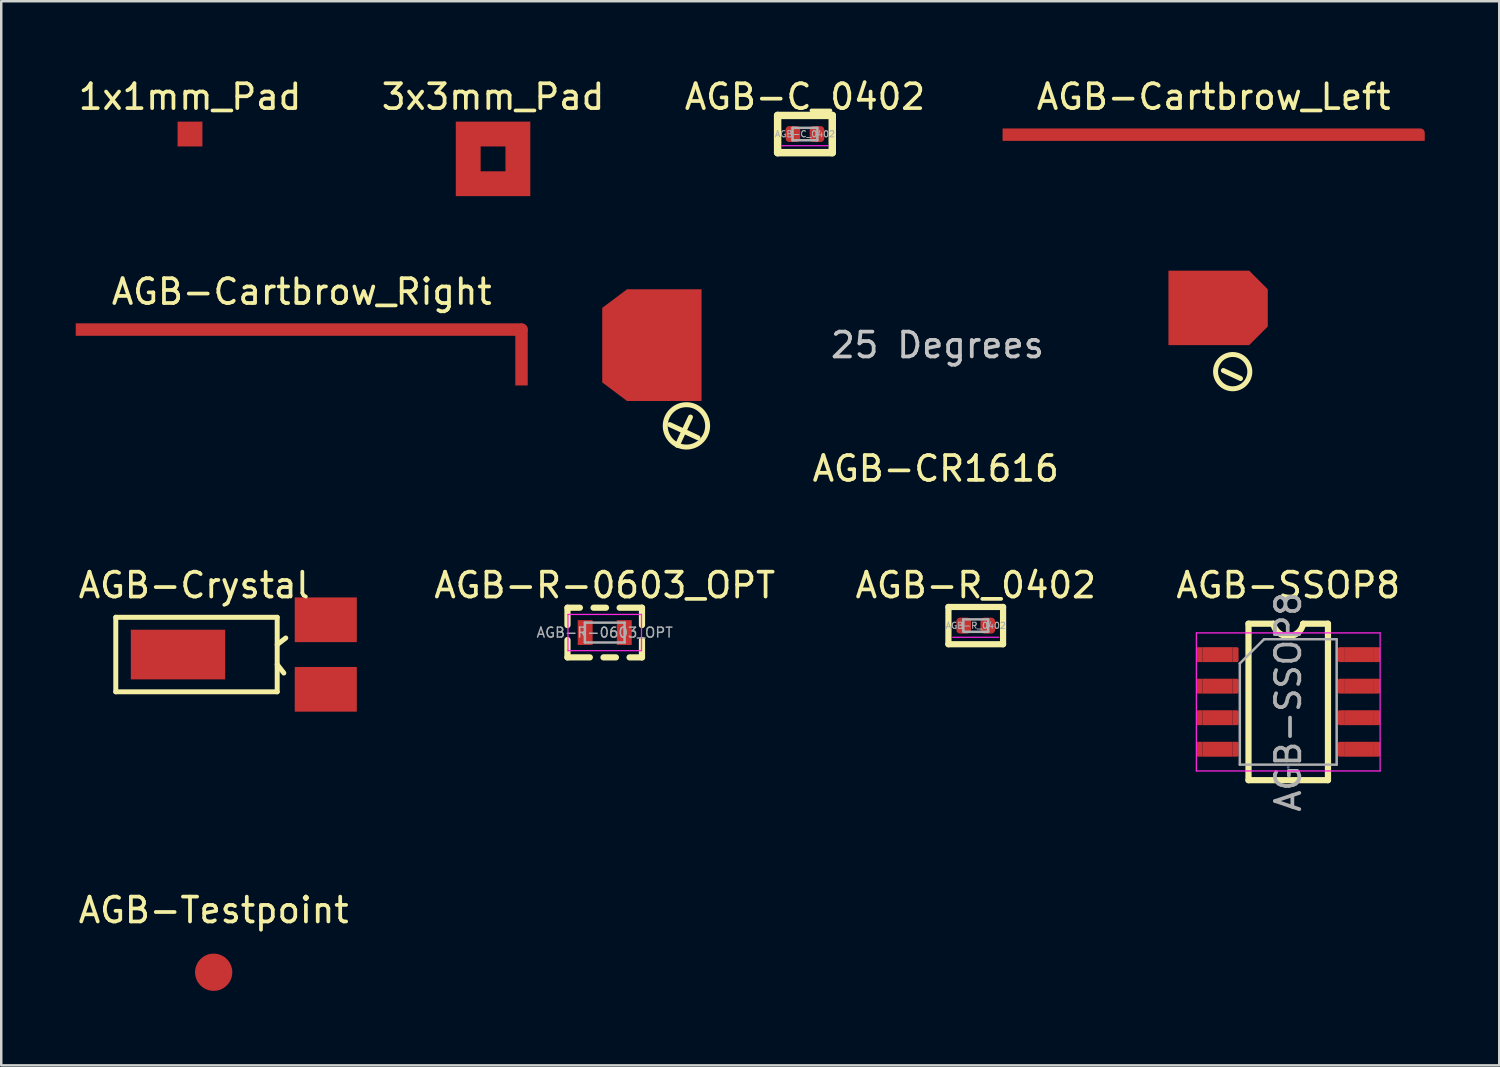
<source format=kicad_pcb>
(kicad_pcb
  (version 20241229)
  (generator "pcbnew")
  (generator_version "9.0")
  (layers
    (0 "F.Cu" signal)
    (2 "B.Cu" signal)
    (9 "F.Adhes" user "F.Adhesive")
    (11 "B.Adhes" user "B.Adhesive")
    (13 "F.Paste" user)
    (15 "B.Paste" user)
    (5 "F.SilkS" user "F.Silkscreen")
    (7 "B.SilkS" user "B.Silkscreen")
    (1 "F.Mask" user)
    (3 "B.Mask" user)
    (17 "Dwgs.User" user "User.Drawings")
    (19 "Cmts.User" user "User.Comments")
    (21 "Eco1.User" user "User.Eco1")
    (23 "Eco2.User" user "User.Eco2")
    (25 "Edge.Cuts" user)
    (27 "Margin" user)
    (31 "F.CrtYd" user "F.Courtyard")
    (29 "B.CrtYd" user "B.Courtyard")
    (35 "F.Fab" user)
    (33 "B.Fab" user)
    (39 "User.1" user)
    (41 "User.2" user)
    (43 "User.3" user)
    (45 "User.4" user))
  (footprint "AGB-Cartbrow_Left"
    (layer "F.Cu")
    (at 45.821 2.372)
    (property "Reference" "AGB-Cartbrow_Left" (at 0 -1.524 0) (unlocked yes) (layer "F.SilkS") (effects (font (size 1 1) (thickness 0.15))))
    (attr smd)
    (pad "1" smd roundrect (at 0 0) (size 17 0.5) (layers "F.Cu" "F.Mask" "F.Paste") (roundrect_rratio 0.35) (chamfer_ratio 0) (chamfer top_left bottom_left bottom_right)))
  (footprint "AGB-C_0402"
    (layer "F.Cu")
    (at 29.363 2.348)
    (property "Reference" "AGB-C_0402" (at 0 -1.5 180) (layer "F.SilkS") (effects (font (size 1 1) (thickness 0.15))))
    (attr smd)
    (fp_line (start -1.1 -0.75) (end -1.1 0.75) (stroke (width 0.3) (type solid)) (layer "F.SilkS"))
    (fp_line (start 1.1 -0.75) (end -1.1 -0.75) (stroke (width 0.3) (type solid)) (layer "F.SilkS"))
    (fp_line (start 1.1 -0.75) (end 1.1 0.75) (stroke (width 0.3) (type solid)) (layer "F.SilkS"))
    (fp_line (start 1.1 0.75) (end -1.1 0.75) (stroke (width 0.3) (type solid)) (layer "F.SilkS"))
    (fp_line (start 0.93 0.47) (end -0.93 0.47) (stroke (width 0.05) (type solid)) (layer "F.CrtYd"))
    (fp_line (start -0.5 -0.25) (end 0.5 -0.25) (stroke (width 0.1) (type solid)) (layer "F.Fab"))
    (fp_line (start -0.5 0.25) (end -0.5 -0.25) (stroke (width 0.1) (type solid)) (layer "F.Fab"))
    (fp_line (start 0.5 -0.25) (end 0.5 0.25) (stroke (width 0.1) (type solid)) (layer "F.Fab"))
    (fp_line (start 0.5 0.25) (end -0.5 0.25) (stroke (width 0.1) (type solid)) (layer "F.Fab"))
    (fp_text user "${REFERENCE}" (at 0 0 180) (layer "F.Fab") (effects (font (size 0.25 0.25) (thickness 0.04))))
    (pad "1" smd roundrect (at -0.485 0) (size 0.59 0.64) (layers "F.Cu" "F.Mask" "F.Paste") (roundrect_rratio 0.25))
    (pad "2" smd roundrect (at 0.485 0) (size 0.59 0.64) (layers "F.Cu" "F.Mask" "F.Paste") (roundrect_rratio 0.25)))
  (footprint "AGB-CR1616"
    (layer "F.Cu")
    (at 34.7 10.848)
    (property "Reference" "AGB-CR1616" (at -0.071 4.971 0) (layer "F.SilkS") (effects (font (size 1 1) (thickness 0.15))))
    (attr through_hole)
    (fp_circle (center -10.109 3.251) (end -9.256 3.251) (stroke (width 0.2) (type solid)) (fill no) (layer "F.SilkS"))
    (fp_circle (center 11.887 1.067) (end 12.577 1.067) (stroke (width 0.2) (type solid)) (fill no) (layer "F.SilkS"))
    (fp_text user "-" (at 11.887 1.118 155) (layer "F.SilkS") (effects (font (size 1 1) (thickness 0.2))))
    (fp_text user "+" (at -10.16 3.353 155) (layer "F.SilkS") (effects (font (size 1.65 1.65) (thickness 0.2))))
    (fp_text user "25 Degrees" (at 0 0 0) (unlocked yes) (layer "Dwgs.User") (effects (font (size 1 1) (thickness 0.15))))
    (pad "1" smd custom (at -11.5 0) (size 1 1) (layers "F.Cu" "F.Mask" "F.Paste") (options (anchor rect)) (primitives (gr_poly (pts (xy 2 2.25) (xy -1 2.25) (xy -2 1.5) (xy -2 -1.5) (xy -1 -2.25) (xy 2 -2.25)) (width 0) (fill yes))))
    (pad "2" smd custom (at 11.3 -1.5) (size 2 2) (layers "F.Cu" "F.Mask" "F.Paste") (options (anchor rect)) (primitives (gr_poly (pts (xy 2 -0.75) (xy 2 0.75) (xy 1.25 1.5) (xy -2 1.5) (xy -2 -1.5) (xy 1.25 -1.5)) (width 0) (fill yes)))))
  (footprint "AGB-SSOP8"
    (layer "F.Cu")
    (at 48.824 25.215)
    (property "Reference" "AGB-SSOP8" (at 0 -4.699 0) (layer "F.SilkS") (effects (font (size 1 1) (thickness 0.15))))
    (attr smd)
    (fp_line (start -1.6 -3.15) (end -1.6 3.15) (stroke (width 0.25) (type solid)) (layer "F.SilkS"))
    (fp_line (start -0.6 -3.15) (end -1.6 -3.15) (stroke (width 0.25) (type solid)) (layer "F.SilkS"))
    (fp_line (start 1.6 -3.15) (end 0.6 -3.15) (stroke (width 0.25) (type solid)) (layer "F.SilkS"))
    (fp_line (start 1.6 -3.15) (end 1.6 3.15) (stroke (width 0.25) (type solid)) (layer "F.SilkS"))
    (fp_line (start 1.6 3.15) (end -1.6 3.15) (stroke (width 0.25) (type solid)) (layer "F.SilkS"))
    (fp_arc (start 0.6 -3.15) (mid 0 -2.648767) (end -0.6 -3.15) (stroke (width 0.25) (type solid)) (layer "F.SilkS"))
    (fp_line (start -3.7 -2.78) (end -3.7 2.78) (stroke (width 0.05) (type solid)) (layer "F.CrtYd"))
    (fp_line (start -3.7 2.78) (end 3.7 2.78) (stroke (width 0.05) (type solid)) (layer "F.CrtYd"))
    (fp_line (start 3.7 -2.78) (end -3.7 -2.78) (stroke (width 0.05) (type solid)) (layer "F.CrtYd"))
    (fp_line (start 3.7 2.78) (end 3.7 -2.78) (stroke (width 0.05) (type solid)) (layer "F.CrtYd"))
    (fp_line (start 0 2.635) (end 0 2.635) (stroke (width 0.12) (type solid)) (layer "B.Fab"))
    (fp_line (start -1.95 -1.55) (end -0.975 -2.525) (stroke (width 0.1) (type solid)) (layer "F.Fab"))
    (fp_line (start -1.95 2.525) (end -1.95 -1.55) (stroke (width 0.1) (type solid)) (layer "F.Fab"))
    (fp_line (start -0.975 -2.525) (end 1.95 -2.525) (stroke (width 0.1) (type solid)) (layer "F.Fab"))
    (fp_line (start 1.95 -2.525) (end 1.95 2.525) (stroke (width 0.1) (type solid)) (layer "F.Fab"))
    (fp_line (start 1.95 2.525) (end -1.95 2.525) (stroke (width 0.1) (type solid)) (layer "F.Fab"))
    (fp_text user "${REFERENCE}" (at 0 0 90) (layer "F.Fab") (effects (font (size 0.98 0.98) (thickness 0.15))))
    (pad "1" smd roundrect (at -3.575 -1.905 180) (size 0.25 0.6) (layers "F.Cu" "F.Paste") (roundrect_rratio 0.25) (chamfer_ratio 0) (chamfer top_left bottom_left))
    (pad "1" smd rect (at -2.85 -1.905) (size 1.2 0.6) (layers "F.Cu" "F.Mask" "F.Paste"))
    (pad "1" smd roundrect (at -2.125 -1.905) (size 0.25 0.6) (layers "F.Cu" "F.Paste") (roundrect_rratio 0.25) (chamfer_ratio 0) (chamfer top_left bottom_left))
    (pad "2" smd roundrect (at -3.575 -0.635 180) (size 0.25 0.6) (layers "F.Cu" "F.Paste") (roundrect_rratio 0.25) (chamfer_ratio 0) (chamfer top_left bottom_left))
    (pad "2" smd rect (at -2.85 -0.635) (size 1.2 0.6) (layers "F.Cu" "F.Mask" "F.Paste"))
    (pad "2" smd roundrect (at -2.125 -0.635) (size 0.25 0.6) (layers "F.Cu" "F.Paste") (roundrect_rratio 0.25) (chamfer_ratio 0) (chamfer top_left bottom_left))
    (pad "3" smd roundrect (at -3.575 0.635 180) (size 0.25 0.6) (layers "F.Cu" "F.Paste") (roundrect_rratio 0.25) (chamfer_ratio 0) (chamfer top_left bottom_left))
    (pad "3" smd rect (at -2.85 0.635) (size 1.2 0.6) (layers "F.Cu" "F.Mask" "F.Paste"))
    (pad "3" smd roundrect (at -2.125 0.635) (size 0.25 0.6) (layers "F.Cu" "F.Paste") (roundrect_rratio 0.25) (chamfer_ratio 0) (chamfer top_left bottom_left))
    (pad "4" smd roundrect (at -3.575 1.905 180) (size 0.25 0.6) (layers "F.Cu" "F.Paste") (roundrect_rratio 0.25) (chamfer_ratio 0) (chamfer top_left bottom_left))
    (pad "4" smd rect (at -2.85 1.905) (size 1.2 0.6) (layers "F.Cu" "F.Mask" "F.Paste"))
    (pad "4" smd roundrect (at -2.125 1.905) (size 0.25 0.6) (layers "F.Cu" "F.Paste") (roundrect_rratio 0.25) (chamfer_ratio 0) (chamfer top_left bottom_left))
    (pad "5" smd roundrect (at 2.125 1.905 180) (size 0.25 0.6) (layers "F.Cu" "F.Paste") (roundrect_rratio 0.25) (chamfer_ratio 0) (chamfer top_left bottom_left))
    (pad "5" smd rect (at 2.85 1.905) (size 1.2 0.6) (layers "F.Cu" "F.Mask" "F.Paste"))
    (pad "5" smd roundrect (at 3.575 1.905) (size 0.25 0.6) (layers "F.Cu" "F.Paste") (roundrect_rratio 0.25) (chamfer_ratio 0) (chamfer top_left bottom_left))
    (pad "6" smd roundrect (at 2.125 0.635 180) (size 0.25 0.6) (layers "F.Cu" "F.Paste") (roundrect_rratio 0.25) (chamfer_ratio 0) (chamfer top_left bottom_left))
    (pad "6" smd rect (at 2.85 0.635) (size 1.2 0.6) (layers "F.Cu" "F.Mask" "F.Paste"))
    (pad "6" smd roundrect (at 3.575 0.635) (size 0.25 0.6) (layers "F.Cu" "F.Paste") (roundrect_rratio 0.25) (chamfer_ratio 0) (chamfer top_left bottom_left))
    (pad "7" smd roundrect (at 2.125 -0.635 180) (size 0.25 0.6) (layers "F.Cu" "F.Paste") (roundrect_rratio 0.25) (chamfer_ratio 0) (chamfer top_left bottom_left))
    (pad "7" smd rect (at 2.85 -0.635) (size 1.2 0.6) (layers "F.Cu" "F.Mask" "F.Paste"))
    (pad "7" smd roundrect (at 3.575 -0.635) (size 0.25 0.6) (layers "F.Cu" "F.Paste") (roundrect_rratio 0.25) (chamfer_ratio 0) (chamfer top_left bottom_left))
    (pad "8" smd roundrect (at 2.125 -1.905 180) (size 0.25 0.6) (layers "F.Cu" "F.Paste") (roundrect_rratio 0.25) (chamfer_ratio 0) (chamfer top_left bottom_left))
    (pad "8" smd rect (at 2.85 -1.905) (size 1.2 0.6) (layers "F.Cu" "F.Mask" "F.Paste"))
    (pad "8" smd roundrect (at 3.575 -1.905) (size 0.25 0.6) (layers "F.Cu" "F.Paste") (roundrect_rratio 0.25) (chamfer_ratio 0) (chamfer top_left bottom_left)))
  (footprint "3x3mm_Pad"
    (layer "F.Cu")
    (at 16.804 3.348)
    (property "Reference" "3x3mm_Pad" (at 0 -2.5 0) (unlocked yes) (layer "F.SilkS") (effects (font (size 1 1) (thickness 0.15))))
    (attr smd)
    (fp_poly (pts (xy 0.5 0.5) (xy -0.5 0.5) (xy -0.5 -0.5) (xy 0.5 -0.5)) (stroke (width 0) (type solid)) (fill yes) (layer "F.Mask"))
    (fp_poly (pts (xy 0.5 0.5) (xy -0.5 0.5) (xy -0.5 -0.5) (xy 0.5 -0.5)) (stroke (width 0) (type solid)) (fill yes) (layer "B.Mask"))
    (pad "1" smd custom (at 1 0) (size 0.1 0.1) (layers "F.Cu" "F.Mask" "F.Paste") (options (anchor circle)) (primitives (gr_poly (pts (xy 0.5 1.5) (xy -2.5 1.5) (xy -2.5 0.5) (xy -1.5 0.5) (xy -0.5 0.5) (xy -0.5 -0.5) (xy -1.5 -0.5) (xy -1.5 0.5) (xy -2.5 0.5) (xy -2.5 -1.5) (xy 0.5 -1.5)) (width 0) (fill yes))))
    (zone (net_name "") (layers "F.Cu" "B.Cu") (hatch edge 0.508) (connect_pads) (min_thickness 0.254) (filled_areas_thickness no) (keepout (tracks allowed) (vias allowed) (pads allowed) (copperpour not_allowed) (footprints allowed)) (placement (enabled no)) (fill) (polygon (pts (xy 17.304 3.848) (xy 16.304 3.848) (xy 16.304 2.848) (xy 17.304 2.848)))))
  (footprint "AGB-Testpoint"
    (layer "F.Cu")
    (at 5.554 36.1)
    (property "Reference" "AGB-Testpoint" (at 0 -2.5 0) (unlocked yes) (layer "F.SilkS") (effects (font (size 1 1) (thickness 0.15))))
    (attr smd)
    (pad "1" smd circle (at 0 0) (size 1.5 1.5) (layers "F.Cu" "F.Mask" "F.Paste")))
  (footprint "AGB-Cartbrow_Right"
    (layer "F.Cu")
    (at 9.1 10.221)
    (property "Reference" "AGB-Cartbrow_Right" (at 0 -1.524 0) (unlocked yes) (layer "F.SilkS") (effects (font (size 1 1) (thickness 0.15))))
    (attr smd)
    (pad "1" smd roundrect (at 0 0) (size 18.2 0.5) (layers "F.Cu" "F.Mask" "F.Paste") (roundrect_rratio 0.5) (chamfer_ratio 0) (chamfer top_left bottom_left))
    (pad "1" smd roundrect (at 8.85 1 90) (size 2.5 0.5) (layers "F.Cu" "F.Mask" "F.Paste") (roundrect_rratio 0.5) (chamfer_ratio 0) (chamfer top_left bottom_left)))
  (footprint "AGB-Crystal"
    (layer "F.Cu")
    (at 8.618 23.307)
    (property "Reference" "AGB-Crystal" (at -3.851 -2.791 0) (layer "F.SilkS") (effects (font (size 1 1) (thickness 0.15))))
    (attr through_hole)
    (fp_line (start -7.006 -1.5) (end -7.006 1.5) (stroke (width 0.2) (type solid)) (layer "F.SilkS"))
    (fp_line (start -7.006 -1.5) (end -0.506 -1.5) (stroke (width 0.2) (type solid)) (layer "F.SilkS"))
    (fp_line (start -7.006 1.5) (end -0.506 1.5) (stroke (width 0.2) (type solid)) (layer "F.SilkS"))
    (fp_line (start -0.506 -1.5) (end -0.506 1.5) (stroke (width 0.2) (type solid)) (layer "F.SilkS"))
    (fp_line (start -0.506 0.4) (end -0.239 0.744) (stroke (width 0.2) (type solid)) (layer "F.SilkS"))
    (fp_line (start -0.161 -0.667) (end -0.506 -0.4) (stroke (width 0.2) (type solid)) (layer "F.SilkS"))
    (pad "1" smd rect (at 1.45 -1.4 90) (size 1.8 2.5) (layers "F.Cu" "F.Mask" "F.Paste"))
    (pad "2" smd rect (at -4.5 0 90) (size 2 3.8) (layers "F.Cu" "F.Mask" "F.Paste"))
    (pad "3" smd rect (at 1.45 1.4 90) (size 1.8 2.5) (layers "F.Cu" "F.Mask" "F.Paste")))
  (footprint "1x1mm_Pad"
    (layer "F.Cu")
    (at 4.601 2.348)
    (property "Reference" "1x1mm_Pad" (at 0 -1.5 0) (unlocked yes) (layer "F.SilkS") (effects (font (size 1 1) (thickness 0.15))))
    (attr smd)
    (pad "1" smd rect (at 0 0) (size 1 1) (layers "F.Cu" "F.Mask" "F.Paste")))
  (footprint "AGB-R-0603_OPT"
    (layer "F.Cu")
    (at 21.301 22.421)
    (property "Reference" "AGB-R-0603_OPT" (at 0 -1.905 0) (layer "F.SilkS") (effects (font (size 1 1) (thickness 0.15))))
    (attr smd)
    (fp_line (start -1.5 -0.3) (end -1.5 -1) (stroke (width 0.25) (type solid)) (layer "F.SilkS"))
    (fp_line (start -1.5 1) (end -1.5 0.3) (stroke (width 0.25) (type solid)) (layer "F.SilkS"))
    (fp_line (start -1.5 1) (end -0.6 1) (stroke (width 0.25) (type solid)) (layer "F.SilkS"))
    (fp_line (start -1 -1) (end -1.5 -1) (stroke (width 0.25) (type solid)) (layer "F.SilkS"))
    (fp_line (start -0.45 -1) (end 0.05 -1) (stroke (width 0.25) (type solid)) (layer "F.SilkS"))
    (fp_line (start 0.45 1) (end -0.05 1) (stroke (width 0.25) (type solid)) (layer "F.SilkS"))
    (fp_line (start 1 1) (end 1.5 1) (stroke (width 0.25) (type solid)) (layer "F.SilkS"))
    (fp_line (start 1.5 -1) (end 0.6 -1) (stroke (width 0.25) (type solid)) (layer "F.SilkS"))
    (fp_line (start 1.5 -1) (end 1.5 -0.3) (stroke (width 0.25) (type solid)) (layer "F.SilkS"))
    (fp_line (start 1.5 0.3) (end 1.5 1) (stroke (width 0.25) (type solid)) (layer "F.SilkS"))
    (fp_line (start -1.48 -0.73) (end 1.48 -0.73) (stroke (width 0.05) (type solid)) (layer "F.CrtYd"))
    (fp_line (start -1.48 0.73) (end -1.48 -0.73) (stroke (width 0.05) (type solid)) (layer "F.CrtYd"))
    (fp_line (start 1.48 -0.73) (end 1.48 0.73) (stroke (width 0.05) (type solid)) (layer "F.CrtYd"))
    (fp_line (start 1.48 0.73) (end -1.48 0.73) (stroke (width 0.05) (type solid)) (layer "F.CrtYd"))
    (fp_line (start -0.8 -0.4) (end 0.8 -0.4) (stroke (width 0.1) (type solid)) (layer "F.Fab"))
    (fp_line (start -0.8 0.4) (end -0.8 -0.4) (stroke (width 0.1) (type solid)) (layer "F.Fab"))
    (fp_line (start 0.8 -0.4) (end 0.8 0.4) (stroke (width 0.1) (type solid)) (layer "F.Fab"))
    (fp_line (start 0.8 0.4) (end -0.8 0.4) (stroke (width 0.1) (type solid)) (layer "F.Fab"))
    (fp_text user "${REFERENCE}" (at 0 0 0) (layer "F.Fab") (effects (font (size 0.4 0.4) (thickness 0.06))))
    (pad "1" smd rect (at -0.787 0) (size 0.6 1) (layers "F.Cu" "F.Mask" "F.Paste"))
    (pad "2" smd rect (at 0.787 0) (size 0.6 1) (layers "F.Cu" "F.Mask" "F.Paste")))
  (footprint "AGB-R_0402"
    (layer "F.Cu")
    (at 36.241 22.141)
    (property "Reference" "AGB-R_0402" (at 0 -1.626 180) (layer "F.SilkS") (effects (font (size 1 1) (thickness 0.15))))
    (attr smd)
    (fp_line (start -1.1 -0.75) (end -1.1 0.75) (stroke (width 0.25) (type solid)) (layer "F.SilkS"))
    (fp_line (start 1.1 -0.75) (end -1.1 -0.75) (stroke (width 0.25) (type solid)) (layer "F.SilkS"))
    (fp_line (start 1.1 -0.75) (end 1.1 0.75) (stroke (width 0.25) (type solid)) (layer "F.SilkS"))
    (fp_line (start 1.1 0.75) (end -1.1 0.75) (stroke (width 0.25) (type solid)) (layer "F.SilkS"))
    (fp_line (start 0.93 0.47) (end -0.93 0.47) (stroke (width 0.05) (type solid)) (layer "F.CrtYd"))
    (fp_line (start -0.5 -0.25) (end 0.5 -0.25) (stroke (width 0.1) (type solid)) (layer "F.Fab"))
    (fp_line (start -0.5 0.25) (end -0.5 -0.25) (stroke (width 0.1) (type solid)) (layer "F.Fab"))
    (fp_line (start 0.5 -0.25) (end 0.5 0.25) (stroke (width 0.1) (type solid)) (layer "F.Fab"))
    (fp_line (start 0.5 0.25) (end -0.5 0.25) (stroke (width 0.1) (type solid)) (layer "F.Fab"))
    (fp_text user "${REFERENCE}" (at 0 0 180) (layer "F.Fab") (effects (font (size 0.25 0.25) (thickness 0.04))))
    (pad "1" smd roundrect (at -0.485 0) (size 0.59 0.64) (layers "F.Cu" "F.Mask" "F.Paste") (roundrect_rratio 0.25))
    (pad "2" smd roundrect (at 0.485 0) (size 0.59 0.64) (layers "F.Cu" "F.Mask" "F.Paste") (roundrect_rratio 0.25)))
  (gr_rect
    (start -3 -3)
    (end 57.321 39.85)
    (stroke (width 0.1) (type default))
    (fill no)
    (layer "Edge.Cuts")))
</source>
